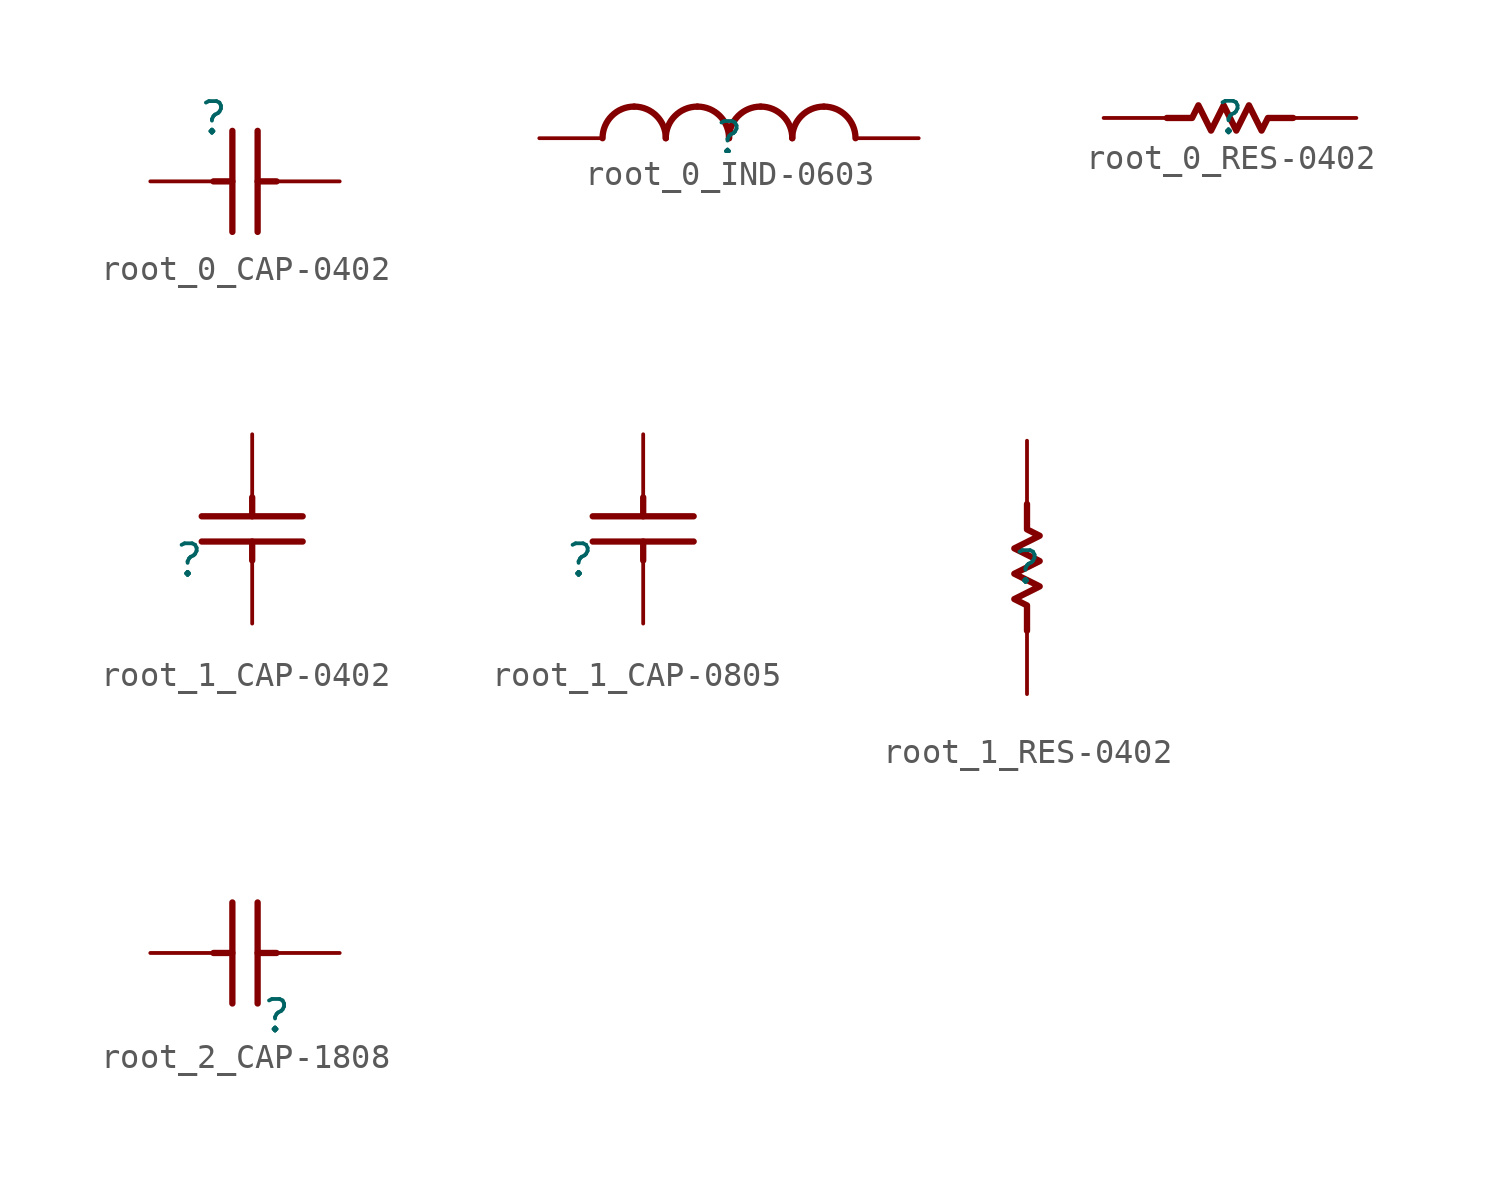
<source format=kicad_sym>
(kicad_symbol_lib
  (version 20231120)
  (generator "kicad_symbol_editor")
  (generator_version "8.0")
  (symbol "root_0_CAP-0402"
    (property "Reference" ""
      (at 0 0 0)
      (effects (font (size 1.27 1.27))))
    (property "Value" ""
      (at 0 0 0)
      (effects (font (size 1.27 1.27))))
    (symbol "root_0_CAP-0402_1_0"
      (polyline (pts (xy 0 -2.54) (xy 0.762 -2.54)) (stroke (width 0.254) (type solid)) (fill (type none)))
      (polyline (pts (xy 0.762 -4.572) (xy 0.762 -0.508)) (stroke (width 0.254) (type solid)) (fill (type none)))
      (polyline (pts (xy 1.778 -0.508) (xy 1.778 -4.572)) (stroke (width 0.254) (type solid)) (fill (type none)))
      (polyline (pts (xy 2.54 -2.54) (xy 1.778 -2.54)) (stroke (width 0.254) (type solid)) (fill (type none)))
      (pin passive line (at -2.54 -2.54 0) (length 2.54) (name "1" (effects (font (size 0 0)))) (number "1" (effects (font (size 0 0)))))
      (pin passive line (at 5.08 -2.54 180) (length 2.54) (name "2" (effects (font (size 0 0)))) (number "2" (effects (font (size 0 0)))))))
  (symbol "root_0_IND-0603"
    (property "Reference" ""
      (at 0 0 0)
      (effects (font (size 1.27 1.27))))
    (property "Value" ""
      (at 0 0 0)
      (effects (font (size 1.27 1.27))))
    (symbol "root_0_IND-0603_1_0"
      (arc (start -3.81 1.27) (mid -4.708 0.898) (end -5.08 0) (stroke (width 0.254) (type solid)) (fill (type none)))
      (arc (start -2.54 0) (mid -2.912 0.898) (end -3.81 1.27) (stroke (width 0.254) (type solid)) (fill (type none)))
      (arc (start -1.27 1.27) (mid -2.168 0.898) (end -2.54 0) (stroke (width 0.254) (type solid)) (fill (type none)))
      (arc (start 0 0) (mid -0.372 0.898) (end -1.27 1.27) (stroke (width 0.254) (type solid)) (fill (type none)))
      (arc (start 1.27 1.27) (mid 0.372 0.898) (end 0 0) (stroke (width 0.254) (type solid)) (fill (type none)))
      (arc (start 2.54 0) (mid 2.168 0.898) (end 1.27 1.27) (stroke (width 0.254) (type solid)) (fill (type none)))
      (arc (start 3.81 1.27) (mid 2.912 0.898) (end 2.54 0) (stroke (width 0.254) (type solid)) (fill (type none)))
      (arc (start 5.08 0) (mid 4.708 0.898) (end 3.81 1.27) (stroke (width 0.254) (type solid)) (fill (type none)))
      (pin passive line (at -7.62 0 0) (length 2.54) (name "1" (effects (font (size 0 0)))) (number "1" (effects (font (size 0 0)))))
      (pin passive line (at 7.62 0 180) (length 2.54) (name "2" (effects (font (size 0 0)))) (number "2" (effects (font (size 0 0)))))))
  (symbol "root_0_RES-0402"
    (property "Reference" ""
      (at 0 0 0)
      (effects (font (size 1.27 1.27))))
    (property "Value" ""
      (at 0 0 0)
      (effects (font (size 1.27 1.27))))
    (symbol "root_0_RES-0402_1_0"
      (polyline (pts (xy 2.54 0) (xy 1.524 0) (xy 1.27 -0.508) (xy 0.762 0.508) (xy 0.254 -0.508) (xy -0.254 0.508) (xy -0.762 -0.508) (xy -1.27 0.508) (xy -1.524 0) (xy -2.54 0)) (stroke (width 0.254) (type solid)) (fill (type none)))
      (pin passive line (at -5.08 0 0) (length 2.54) (name "1" (effects (font (size 0 0)))) (number "1" (effects (font (size 0 0)))))
      (pin passive line (at 5.08 0 180) (length 2.54) (name "2" (effects (font (size 0 0)))) (number "2" (effects (font (size 0 0)))))))
  (symbol "root_1_CAP-0402"
    (property "Reference" ""
      (at 0 0 0)
      (effects (font (size 1.27 1.27))))
    (property "Value" ""
      (at 0 0 0)
      (effects (font (size 1.27 1.27))))
    (symbol "root_1_CAP-0402_1_0"
      (polyline (pts (xy 0.508 1.778) (xy 4.572 1.778)) (stroke (width 0.254) (type solid)) (fill (type none)))
      (polyline (pts (xy 2.54 0) (xy 2.54 0.762)) (stroke (width 0.254) (type solid)) (fill (type none)))
      (polyline (pts (xy 2.54 2.54) (xy 2.54 1.778)) (stroke (width 0.254) (type solid)) (fill (type none)))
      (polyline (pts (xy 4.572 0.762) (xy 0.508 0.762)) (stroke (width 0.254) (type solid)) (fill (type none)))
      (pin passive line (at 2.54 -2.54 90) (length 2.54) (name "1" (effects (font (size 0 0)))) (number "1" (effects (font (size 0 0)))))
      (pin passive line (at 2.54 5.08 270) (length 2.54) (name "2" (effects (font (size 0 0)))) (number "2" (effects (font (size 0 0)))))))
  (symbol "root_1_CAP-0805"
    (property "Reference" ""
      (at 0 0 0)
      (effects (font (size 1.27 1.27))))
    (property "Value" ""
      (at 0 0 0)
      (effects (font (size 1.27 1.27))))
    (symbol "root_1_CAP-0805_1_0"
      (polyline (pts (xy 0.508 1.778) (xy 4.572 1.778)) (stroke (width 0.254) (type solid)) (fill (type none)))
      (polyline (pts (xy 2.54 0) (xy 2.54 0.762)) (stroke (width 0.254) (type solid)) (fill (type none)))
      (polyline (pts (xy 2.54 2.54) (xy 2.54 1.778)) (stroke (width 0.254) (type solid)) (fill (type none)))
      (polyline (pts (xy 4.572 0.762) (xy 0.508 0.762)) (stroke (width 0.254) (type solid)) (fill (type none)))
      (pin passive line (at 2.54 -2.54 90) (length 2.54) (name "1" (effects (font (size 0 0)))) (number "1" (effects (font (size 0 0)))))
      (pin passive line (at 2.54 5.08 270) (length 2.54) (name "2" (effects (font (size 0 0)))) (number "2" (effects (font (size 0 0)))))))
  (symbol "root_1_RES-0402"
    (property "Reference" ""
      (at 0 0 0)
      (effects (font (size 1.27 1.27))))
    (property "Value" ""
      (at 0 0 0)
      (effects (font (size 1.27 1.27))))
    (symbol "root_1_RES-0402_1_0"
      (polyline (pts (xy 0 2.54) (xy 0 1.524) (xy 0.508 1.27) (xy -0.508 0.762) (xy 0.508 0.254) (xy -0.508 -0.254) (xy 0.508 -0.762) (xy -0.508 -1.27) (xy 0 -1.524) (xy 0 -2.54)) (stroke (width 0.254) (type solid)) (fill (type none)))
      (pin passive line (at 0 -5.08 90) (length 2.54) (name "1" (effects (font (size 0 0)))) (number "1" (effects (font (size 0 0)))))
      (pin passive line (at 0 5.08 270) (length 2.54) (name "2" (effects (font (size 0 0)))) (number "2" (effects (font (size 0 0)))))))
  (symbol "root_2_CAP-1808"
    (property "Reference" ""
      (at 0 0 0)
      (effects (font (size 1.27 1.27))))
    (property "Value" ""
      (at 0 0 0)
      (effects (font (size 1.27 1.27))))
    (symbol "root_2_CAP-1808_1_0"
      (polyline (pts (xy -2.54 2.54) (xy -1.778 2.54)) (stroke (width 0.254) (type solid)) (fill (type none)))
      (polyline (pts (xy -1.778 0.508) (xy -1.778 4.572)) (stroke (width 0.254) (type solid)) (fill (type none)))
      (polyline (pts (xy -0.762 4.572) (xy -0.762 0.508)) (stroke (width 0.254) (type solid)) (fill (type none)))
      (polyline (pts (xy 0 2.54) (xy -0.762 2.54)) (stroke (width 0.254) (type solid)) (fill (type none)))
      (pin passive line (at 2.54 2.54 180) (length 2.54) (name "1" (effects (font (size 0 0)))) (number "1" (effects (font (size 0 0)))))
      (pin passive line (at -5.08 2.54 0) (length 2.54) (name "2" (effects (font (size 0 0)))) (number "2" (effects (font (size 0 0))))))))
</source>
